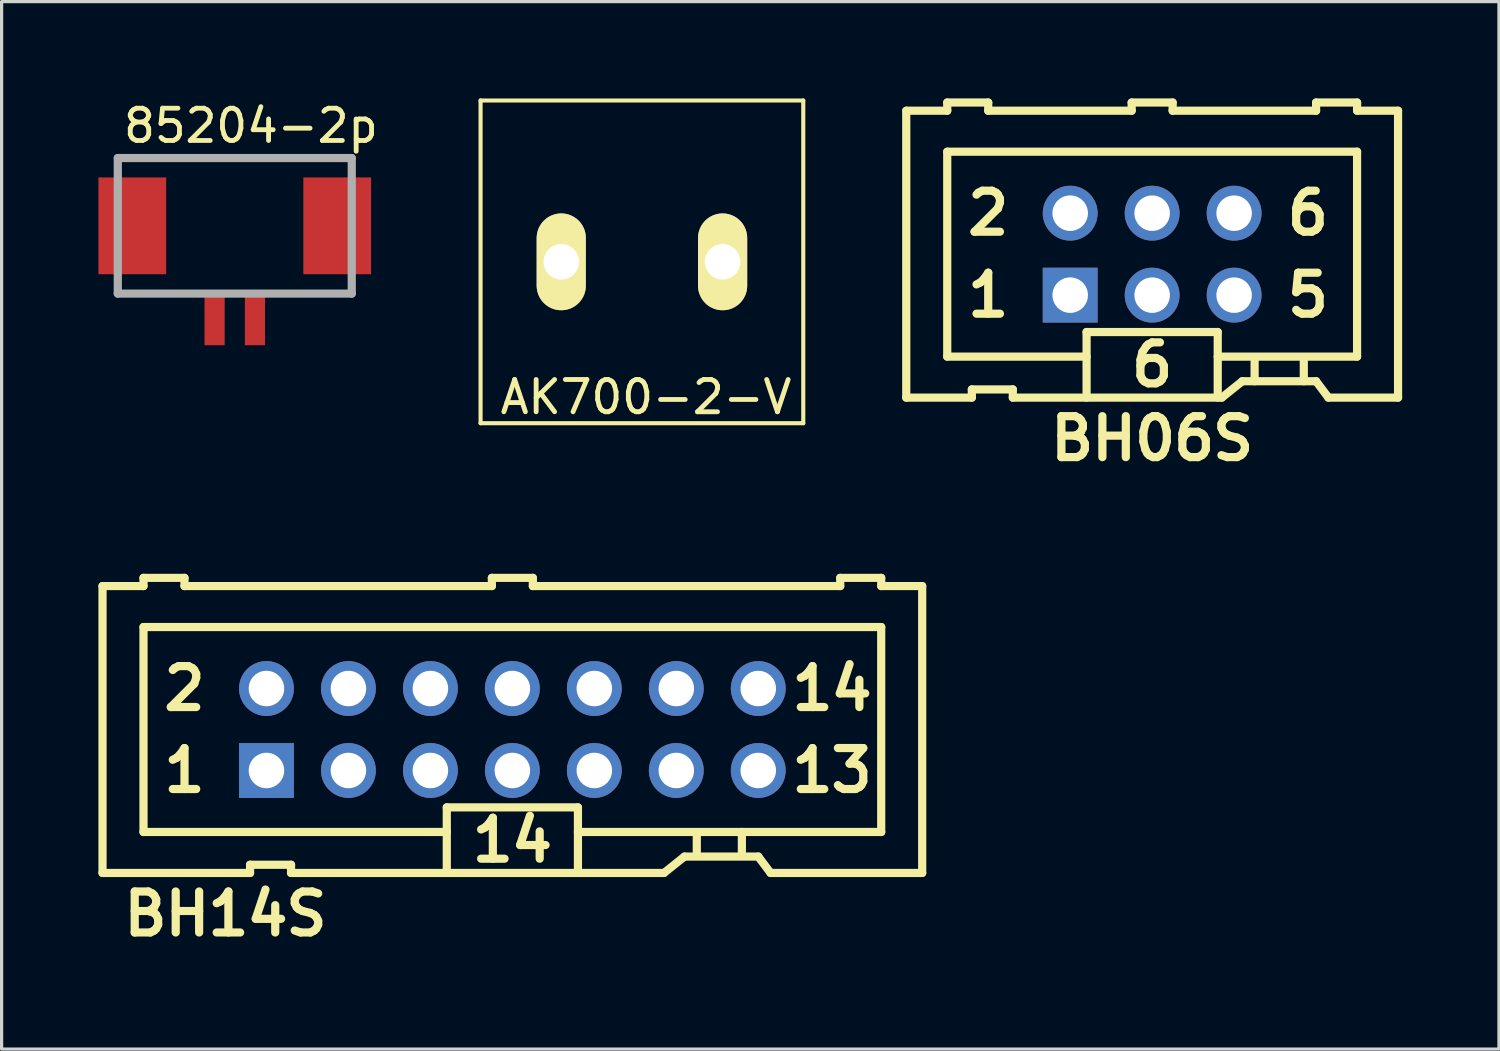
<source format=kicad_pcb>
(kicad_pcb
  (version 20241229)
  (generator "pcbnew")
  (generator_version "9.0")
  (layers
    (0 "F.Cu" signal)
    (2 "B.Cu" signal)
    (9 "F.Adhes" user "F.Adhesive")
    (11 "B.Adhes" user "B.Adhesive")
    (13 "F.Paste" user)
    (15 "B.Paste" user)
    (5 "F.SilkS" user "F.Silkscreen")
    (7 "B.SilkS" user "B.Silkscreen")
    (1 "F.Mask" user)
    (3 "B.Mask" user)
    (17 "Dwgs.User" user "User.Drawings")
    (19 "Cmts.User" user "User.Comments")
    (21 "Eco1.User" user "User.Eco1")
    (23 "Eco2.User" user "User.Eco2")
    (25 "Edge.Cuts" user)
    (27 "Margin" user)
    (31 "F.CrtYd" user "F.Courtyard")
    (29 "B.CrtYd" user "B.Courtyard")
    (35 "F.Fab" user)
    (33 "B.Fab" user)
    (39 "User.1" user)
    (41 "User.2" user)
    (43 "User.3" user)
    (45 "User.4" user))
  (footprint "85204-2p"
    (layer "F.Cu")
    (at 4.225 3.848)
    (property "Reference" "85204-2p" (at 0.5 -3 0) (layer "F.SilkS") (effects (font (size 1 1) (thickness 0.15))))
    (attr smd)
    (fp_line (start -3.625 -2) (end 3.625 -2) (stroke (width 0.254) (type solid)) (layer "F.Fab"))
    (fp_line (start -3.625 2.2) (end -3.625 -2) (stroke (width 0.254) (type solid)) (layer "F.Fab"))
    (fp_line (start 3.625 -2) (end 3.625 2.2) (stroke (width 0.254) (type solid)) (layer "F.Fab"))
    (fp_line (start 3.625 2.2) (end -3.625 2.2) (stroke (width 0.254) (type solid)) (layer "F.Fab"))
    (pad "0" smd rect (at -3.175 0.1 180) (size 2.1 3) (layers "F.Cu" "F.Mask" "F.Paste"))
    (pad "0" smd rect (at 3.175 0.1 180) (size 2.1 3) (layers "F.Cu" "F.Mask" "F.Paste"))
    (pad "1" smd rect (at -0.625 3 180) (size 0.625 1.6) (layers "F.Cu" "F.Mask" "F.Paste"))
    (pad "2" smd rect (at 0.625 3 180) (size 0.625 1.6) (layers "F.Cu" "F.Mask" "F.Paste")))
  (footprint "AK700-2-V"
    (layer "F.Cu")
    (at 16.842 5.064)
    (property "Reference" "AK700-2-V" (at 0.127 4.191 0) (layer "F.SilkS") (effects (font (size 1 1) (thickness 0.15))))
    (attr through_hole)
    (fp_line (start -5 -5) (end 5 -5) (stroke (width 0.127) (type solid)) (layer "F.SilkS"))
    (fp_line (start -5 5) (end -5 -5) (stroke (width 0.127) (type solid)) (layer "F.SilkS"))
    (fp_line (start 5 -5) (end 5 5) (stroke (width 0.127) (type solid)) (layer "F.SilkS"))
    (fp_line (start 5 5) (end -5 5) (stroke (width 0.127) (type solid)) (layer "F.SilkS"))
    (pad "1" thru_hole oval (at -2.5 0 90) (size 3 1.524) (drill 1.1) (layers "*.Cu" "*.Mask" "F.SilkS"))
    (pad "2" thru_hole oval (at 2.5 0 90) (size 3 1.524) (drill 1.1) (layers "*.Cu" "*.Mask" "F.SilkS")))
  (footprint "BH06S"
    (layer "F.Cu")
    (at 32.653 4.826)
    (property "Reference" "BH06S" (at 0 5.715 0) (layer "F.SilkS") (effects (font (size 1.27 1.27) (thickness 0.254))))
    (attr through_hole)
    (fp_line (start -7.62 -4.445) (end -7.62 4.445) (stroke (width 0.254) (type solid)) (layer "F.SilkS"))
    (fp_line (start -7.62 -4.445) (end -6.35 -4.445) (stroke (width 0.254) (type solid)) (layer "F.SilkS"))
    (fp_line (start -7.62 4.445) (end -5.588 4.445) (stroke (width 0.254) (type solid)) (layer "F.SilkS"))
    (fp_line (start -6.35 -4.699) (end -6.35 -4.445) (stroke (width 0.254) (type solid)) (layer "F.SilkS"))
    (fp_line (start -6.35 -3.175) (end -6.35 3.175) (stroke (width 0.254) (type solid)) (layer "F.SilkS"))
    (fp_line (start -6.35 -3.175) (end 6.35 -3.175) (stroke (width 0.254) (type solid)) (layer "F.SilkS"))
    (fp_line (start -5.588 4.191) (end -5.588 4.445) (stroke (width 0.254) (type solid)) (layer "F.SilkS"))
    (fp_line (start -5.588 4.191) (end -4.318 4.191) (stroke (width 0.254) (type solid)) (layer "F.SilkS"))
    (fp_line (start -5.08 -4.699) (end -6.35 -4.699) (stroke (width 0.254) (type solid)) (layer "F.SilkS"))
    (fp_line (start -5.08 -4.699) (end -5.08 -4.445) (stroke (width 0.254) (type solid)) (layer "F.SilkS"))
    (fp_line (start -4.318 4.191) (end -4.318 4.445) (stroke (width 0.254) (type solid)) (layer "F.SilkS"))
    (fp_line (start -4.318 4.445) (end 2.159 4.445) (stroke (width 0.254) (type solid)) (layer "F.SilkS"))
    (fp_line (start -2.032 2.413) (end 2.032 2.413) (stroke (width 0.254) (type solid)) (layer "F.SilkS"))
    (fp_line (start -2.032 3.175) (end -6.35 3.175) (stroke (width 0.254) (type solid)) (layer "F.SilkS"))
    (fp_line (start -2.032 4.445) (end -2.032 2.413) (stroke (width 0.254) (type solid)) (layer "F.SilkS"))
    (fp_line (start -0.635 -4.699) (end -0.635 -4.445) (stroke (width 0.254) (type solid)) (layer "F.SilkS"))
    (fp_line (start -0.635 -4.445) (end -5.08 -4.445) (stroke (width 0.254) (type solid)) (layer "F.SilkS"))
    (fp_line (start 0.635 -4.699) (end -0.635 -4.699) (stroke (width 0.254) (type solid)) (layer "F.SilkS"))
    (fp_line (start 0.635 -4.699) (end 0.635 -4.445) (stroke (width 0.254) (type solid)) (layer "F.SilkS"))
    (fp_line (start 2.032 2.413) (end 2.032 4.445) (stroke (width 0.254) (type solid)) (layer "F.SilkS"))
    (fp_line (start 2.032 3.175) (end 6.35 3.175) (stroke (width 0.254) (type solid)) (layer "F.SilkS"))
    (fp_line (start 2.159 4.445) (end 2.794 3.937) (stroke (width 0.254) (type solid)) (layer "F.SilkS"))
    (fp_line (start 2.794 3.937) (end 5.08 3.937) (stroke (width 0.254) (type solid)) (layer "F.SilkS"))
    (fp_line (start 3.175 3.277) (end 3.175 3.937) (stroke (width 0.254) (type solid)) (layer "F.SilkS"))
    (fp_line (start 4.699 3.188) (end 4.699 3.937) (stroke (width 0.254) (type solid)) (layer "F.SilkS"))
    (fp_line (start 5.08 -4.699) (end 5.08 -4.445) (stroke (width 0.254) (type solid)) (layer "F.SilkS"))
    (fp_line (start 5.08 -4.445) (end 0.635 -4.445) (stroke (width 0.254) (type solid)) (layer "F.SilkS"))
    (fp_line (start 5.08 3.937) (end 5.461 4.445) (stroke (width 0.254) (type solid)) (layer "F.SilkS"))
    (fp_line (start 5.461 4.445) (end 7.62 4.445) (stroke (width 0.254) (type solid)) (layer "F.SilkS"))
    (fp_line (start 6.35 -4.699) (end 5.08 -4.699) (stroke (width 0.254) (type solid)) (layer "F.SilkS"))
    (fp_line (start 6.35 -4.699) (end 6.35 -4.445) (stroke (width 0.254) (type solid)) (layer "F.SilkS"))
    (fp_line (start 6.35 -3.175) (end 6.35 3.175) (stroke (width 0.254) (type solid)) (layer "F.SilkS"))
    (fp_line (start 7.62 -4.445) (end 6.35 -4.445) (stroke (width 0.254) (type solid)) (layer "F.SilkS"))
    (fp_line (start 7.62 -4.445) (end 7.62 4.445) (stroke (width 0.254) (type solid)) (layer "F.SilkS"))
    (fp_text user "6" (at 0 3.429 0) (layer "F.SilkS") (effects (font (size 1.27 1.27) (thickness 0.254))))
    (fp_text user "5" (at 4.826 1.27 0) (layer "F.SilkS") (effects (font (size 1.27 1.27) (thickness 0.254))))
    (fp_text user "1" (at -5.08 1.27 0) (layer "F.SilkS") (effects (font (size 1.27 1.27) (thickness 0.254))))
    (fp_text user "6" (at 4.826 -1.27 0) (layer "F.SilkS") (effects (font (size 1.27 1.27) (thickness 0.254))))
    (fp_text user "2" (at -5.08 -1.27 0) (layer "F.SilkS") (effects (font (size 1.27 1.27) (thickness 0.254))))
    (pad "1" thru_hole rect (at -2.54 1.27) (size 1.7 1.7) (drill 1.1) (layers "*.Cu" "*.Mask"))
    (pad "2" thru_hole circle (at -2.54 -1.27) (size 1.7 1.7) (drill 1.1) (layers "*.Cu" "*.Mask"))
    (pad "3" thru_hole circle (at 0 1.27) (size 1.7 1.7) (drill 1.1) (layers "*.Cu" "*.Mask"))
    (pad "4" thru_hole circle (at 0 -1.27) (size 1.7 1.7) (drill 1.1) (layers "*.Cu" "*.Mask"))
    (pad "5" thru_hole circle (at 2.54 1.27) (size 1.7 1.7) (drill 1.1) (layers "*.Cu" "*.Mask"))
    (pad "6" thru_hole circle (at 2.54 -1.27) (size 1.7 1.7) (drill 1.1) (layers "*.Cu" "*.Mask")))
  (footprint "BH14S"
    (layer "F.Cu")
    (at 12.827 19.556)
    (property "Reference" "BH14S" (at -8.89 5.715 0) (layer "F.SilkS") (effects (font (size 1.27 1.27) (thickness 0.254))))
    (attr through_hole)
    (fp_line (start -12.7 -4.445) (end -12.7 4.445) (stroke (width 0.254) (type solid)) (layer "F.SilkS"))
    (fp_line (start -12.7 -4.445) (end -11.43 -4.445) (stroke (width 0.254) (type solid)) (layer "F.SilkS"))
    (fp_line (start -12.7 4.445) (end -8.128 4.445) (stroke (width 0.254) (type solid)) (layer "F.SilkS"))
    (fp_line (start -11.43 -4.699) (end -11.43 -4.445) (stroke (width 0.254) (type solid)) (layer "F.SilkS"))
    (fp_line (start -11.43 -3.175) (end -11.43 3.175) (stroke (width 0.254) (type solid)) (layer "F.SilkS"))
    (fp_line (start -11.43 -3.175) (end 11.43 -3.175) (stroke (width 0.254) (type solid)) (layer "F.SilkS"))
    (fp_line (start -10.16 -4.699) (end -11.43 -4.699) (stroke (width 0.254) (type solid)) (layer "F.SilkS"))
    (fp_line (start -10.16 -4.699) (end -10.16 -4.445) (stroke (width 0.254) (type solid)) (layer "F.SilkS"))
    (fp_line (start -8.128 4.191) (end -8.128 4.445) (stroke (width 0.254) (type solid)) (layer "F.SilkS"))
    (fp_line (start -8.128 4.191) (end -6.858 4.191) (stroke (width 0.254) (type solid)) (layer "F.SilkS"))
    (fp_line (start -6.858 4.191) (end -6.858 4.445) (stroke (width 0.254) (type solid)) (layer "F.SilkS"))
    (fp_line (start -6.858 4.445) (end 4.699 4.445) (stroke (width 0.254) (type solid)) (layer "F.SilkS"))
    (fp_line (start -2.032 2.413) (end 2.032 2.413) (stroke (width 0.254) (type solid)) (layer "F.SilkS"))
    (fp_line (start -2.032 3.175) (end -11.43 3.175) (stroke (width 0.254) (type solid)) (layer "F.SilkS"))
    (fp_line (start -2.032 4.445) (end -2.032 2.413) (stroke (width 0.254) (type solid)) (layer "F.SilkS"))
    (fp_line (start -0.635 -4.699) (end -0.635 -4.445) (stroke (width 0.254) (type solid)) (layer "F.SilkS"))
    (fp_line (start -0.635 -4.445) (end -10.16 -4.445) (stroke (width 0.254) (type solid)) (layer "F.SilkS"))
    (fp_line (start 0.635 -4.699) (end -0.635 -4.699) (stroke (width 0.254) (type solid)) (layer "F.SilkS"))
    (fp_line (start 0.635 -4.699) (end 0.635 -4.445) (stroke (width 0.254) (type solid)) (layer "F.SilkS"))
    (fp_line (start 2.032 2.413) (end 2.032 4.445) (stroke (width 0.254) (type solid)) (layer "F.SilkS"))
    (fp_line (start 2.032 3.175) (end 11.43 3.175) (stroke (width 0.254) (type solid)) (layer "F.SilkS"))
    (fp_line (start 4.699 4.445) (end 5.334 3.937) (stroke (width 0.254) (type solid)) (layer "F.SilkS"))
    (fp_line (start 5.334 3.937) (end 7.62 3.937) (stroke (width 0.254) (type solid)) (layer "F.SilkS"))
    (fp_line (start 5.715 3.188) (end 5.715 3.835) (stroke (width 0.254) (type solid)) (layer "F.SilkS"))
    (fp_line (start 7.112 3.175) (end 7.112 3.835) (stroke (width 0.254) (type solid)) (layer "F.SilkS"))
    (fp_line (start 7.62 3.937) (end 8.001 4.445) (stroke (width 0.254) (type solid)) (layer "F.SilkS"))
    (fp_line (start 8.001 4.445) (end 12.7 4.445) (stroke (width 0.254) (type solid)) (layer "F.SilkS"))
    (fp_line (start 10.16 -4.699) (end 10.16 -4.445) (stroke (width 0.254) (type solid)) (layer "F.SilkS"))
    (fp_line (start 10.16 -4.445) (end 0.635 -4.445) (stroke (width 0.254) (type solid)) (layer "F.SilkS"))
    (fp_line (start 11.43 -4.699) (end 10.16 -4.699) (stroke (width 0.254) (type solid)) (layer "F.SilkS"))
    (fp_line (start 11.43 -4.699) (end 11.43 -4.445) (stroke (width 0.254) (type solid)) (layer "F.SilkS"))
    (fp_line (start 11.43 -3.175) (end 11.43 3.175) (stroke (width 0.254) (type solid)) (layer "F.SilkS"))
    (fp_line (start 12.7 -4.445) (end 11.43 -4.445) (stroke (width 0.254) (type solid)) (layer "F.SilkS"))
    (fp_line (start 12.7 -4.445) (end 12.7 4.445) (stroke (width 0.254) (type solid)) (layer "F.SilkS"))
    (fp_text user "14" (at 9.906 -1.27 0) (layer "F.SilkS") (effects (font (size 1.27 1.27) (thickness 0.254))))
    (fp_text user "1" (at -10.16 1.27 0) (layer "F.SilkS") (effects (font (size 1.27 1.27) (thickness 0.254))))
    (fp_text user "14" (at 0 3.429 0) (layer "F.SilkS") (effects (font (size 1.27 1.27) (thickness 0.254))))
    (fp_text user "13" (at 9.906 1.27 0) (layer "F.SilkS") (effects (font (size 1.27 1.27) (thickness 0.254))))
    (fp_text user "2" (at -10.16 -1.27 0) (layer "F.SilkS") (effects (font (size 1.27 1.27) (thickness 0.254))))
    (pad "1" thru_hole rect (at -7.62 1.27) (size 1.7 1.7) (drill 1.1) (layers "*.Cu" "*.Mask"))
    (pad "2" thru_hole circle (at -7.62 -1.27) (size 1.7 1.7) (drill 1.1) (layers "*.Cu" "*.Mask"))
    (pad "3" thru_hole circle (at -5.08 1.27) (size 1.7 1.7) (drill 1.1) (layers "*.Cu" "*.Mask"))
    (pad "4" thru_hole circle (at -5.08 -1.27) (size 1.7 1.7) (drill 1.1) (layers "*.Cu" "*.Mask"))
    (pad "5" thru_hole circle (at -2.54 1.27) (size 1.7 1.7) (drill 1.1) (layers "*.Cu" "*.Mask"))
    (pad "6" thru_hole circle (at -2.54 -1.27) (size 1.7 1.7) (drill 1.1) (layers "*.Cu" "*.Mask"))
    (pad "7" thru_hole circle (at 0 1.27) (size 1.7 1.7) (drill 1.1) (layers "*.Cu" "*.Mask"))
    (pad "8" thru_hole circle (at 0 -1.27) (size 1.7 1.7) (drill 1.1) (layers "*.Cu" "*.Mask"))
    (pad "9" thru_hole circle (at 2.54 1.27) (size 1.7 1.7) (drill 1.1) (layers "*.Cu" "*.Mask"))
    (pad "10" thru_hole circle (at 2.54 -1.27) (size 1.7 1.7) (drill 1.1) (layers "*.Cu" "*.Mask"))
    (pad "11" thru_hole circle (at 5.08 1.27) (size 1.7 1.7) (drill 1.1) (layers "*.Cu" "*.Mask"))
    (pad "12" thru_hole circle (at 5.08 -1.27) (size 1.7 1.7) (drill 1.1) (layers "*.Cu" "*.Mask"))
    (pad "13" thru_hole circle (at 7.62 1.27) (size 1.7 1.7) (drill 1.1) (layers "*.Cu" "*.Mask"))
    (pad "14" thru_hole circle (at 7.62 -1.27) (size 1.7 1.7) (drill 1.1) (layers "*.Cu" "*.Mask")))
  (gr_rect
    (start -3 -3)
    (end 43.4 29.459)
    (stroke (width 0.1) (type default))
    (fill no)
    (layer "Edge.Cuts")))
</source>
